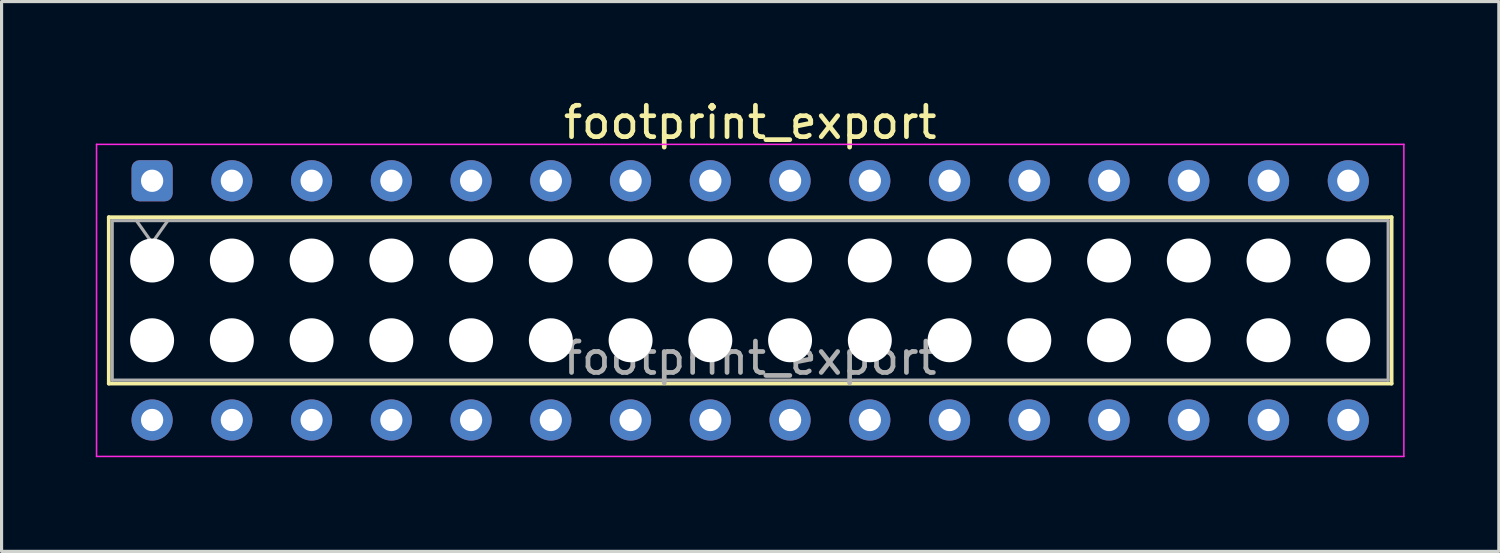
<source format=kicad_pcb>
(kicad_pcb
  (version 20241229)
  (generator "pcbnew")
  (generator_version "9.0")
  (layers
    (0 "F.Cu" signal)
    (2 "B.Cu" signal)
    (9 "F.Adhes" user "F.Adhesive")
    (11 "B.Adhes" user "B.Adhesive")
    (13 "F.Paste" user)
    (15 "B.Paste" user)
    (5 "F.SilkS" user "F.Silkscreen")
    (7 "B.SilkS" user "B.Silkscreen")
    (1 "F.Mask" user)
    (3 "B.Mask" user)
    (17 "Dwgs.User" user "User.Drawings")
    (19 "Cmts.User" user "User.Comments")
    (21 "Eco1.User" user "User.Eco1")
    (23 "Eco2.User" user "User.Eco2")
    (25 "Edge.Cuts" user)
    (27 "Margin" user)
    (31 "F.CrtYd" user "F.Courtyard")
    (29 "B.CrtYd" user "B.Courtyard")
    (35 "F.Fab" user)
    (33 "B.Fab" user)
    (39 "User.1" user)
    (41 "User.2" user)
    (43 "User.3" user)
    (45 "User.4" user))
  (footprint "footprint_export"
    (layer "F.Cu")
    (at 1.795 2.708)
    (property "Reference" "footprint_export" (at 19.05 -1.86 0) (layer "F.SilkS") (effects (font (size 1 1) (thickness 0.15))))
    (attr through_hole)
    (fp_line (start -1.38 1.16) (end 39.48 1.16) (stroke (width 0.12) (type solid)) (layer "F.SilkS"))
    (fp_line (start -1.38 6.46) (end -1.38 1.16) (stroke (width 0.12) (type solid)) (layer "F.SilkS"))
    (fp_line (start 39.48 1.16) (end 39.48 6.46) (stroke (width 0.12) (type solid)) (layer "F.SilkS"))
    (fp_line (start 39.48 6.46) (end -1.38 6.46) (stroke (width 0.12) (type solid)) (layer "F.SilkS"))
    (fp_line (start -1.77 -1.16) (end 39.87 -1.16) (stroke (width 0.05) (type solid)) (layer "F.CrtYd"))
    (fp_line (start -1.77 8.78) (end -1.77 -1.16) (stroke (width 0.05) (type solid)) (layer "F.CrtYd"))
    (fp_line (start 39.87 -1.16) (end 39.87 8.78) (stroke (width 0.05) (type solid)) (layer "F.CrtYd"))
    (fp_line (start 39.87 8.78) (end -1.77 8.78) (stroke (width 0.05) (type solid)) (layer "F.CrtYd"))
    (fp_line (start -1.27 1.27) (end 39.37 1.27) (stroke (width 0.1) (type solid)) (layer "F.Fab"))
    (fp_line (start -1.27 6.35) (end -1.27 1.27) (stroke (width 0.1) (type solid)) (layer "F.Fab"))
    (fp_line (start -0.5 1.27) (end 0 1.977) (stroke (width 0.1) (type solid)) (layer "F.Fab"))
    (fp_line (start 0 1.977) (end 0.5 1.27) (stroke (width 0.1) (type solid)) (layer "F.Fab"))
    (fp_line (start 39.37 1.27) (end 39.37 6.35) (stroke (width 0.1) (type solid)) (layer "F.Fab"))
    (fp_line (start 39.37 6.35) (end -1.27 6.35) (stroke (width 0.1) (type solid)) (layer "F.Fab"))
    (fp_text user "${REFERENCE}" (at 19.05 5.65 0) (layer "F.Fab") (effects (font (size 1 1) (thickness 0.15))))
    (pad "" np_thru_hole circle (at 0 2.54) (size 1.4 1.4) (drill 1.4) (layers "*.Cu" "*.Mask"))
    (pad "" np_thru_hole circle (at 0 5.08) (size 1.4 1.4) (drill 1.4) (layers "*.Cu" "*.Mask"))
    (pad "" np_thru_hole circle (at 2.54 2.54) (size 1.4 1.4) (drill 1.4) (layers "*.Cu" "*.Mask"))
    (pad "" np_thru_hole circle (at 2.54 5.08) (size 1.4 1.4) (drill 1.4) (layers "*.Cu" "*.Mask"))
    (pad "" np_thru_hole circle (at 5.08 2.54) (size 1.4 1.4) (drill 1.4) (layers "*.Cu" "*.Mask"))
    (pad "" np_thru_hole circle (at 5.08 5.08) (size 1.4 1.4) (drill 1.4) (layers "*.Cu" "*.Mask"))
    (pad "" np_thru_hole circle (at 7.62 2.54) (size 1.4 1.4) (drill 1.4) (layers "*.Cu" "*.Mask"))
    (pad "" np_thru_hole circle (at 7.62 5.08) (size 1.4 1.4) (drill 1.4) (layers "*.Cu" "*.Mask"))
    (pad "" np_thru_hole circle (at 10.16 2.54) (size 1.4 1.4) (drill 1.4) (layers "*.Cu" "*.Mask"))
    (pad "" np_thru_hole circle (at 10.16 5.08) (size 1.4 1.4) (drill 1.4) (layers "*.Cu" "*.Mask"))
    (pad "" np_thru_hole circle (at 12.7 2.54) (size 1.4 1.4) (drill 1.4) (layers "*.Cu" "*.Mask"))
    (pad "" np_thru_hole circle (at 12.7 5.08) (size 1.4 1.4) (drill 1.4) (layers "*.Cu" "*.Mask"))
    (pad "" np_thru_hole circle (at 15.24 2.54) (size 1.4 1.4) (drill 1.4) (layers "*.Cu" "*.Mask"))
    (pad "" np_thru_hole circle (at 15.24 5.08) (size 1.4 1.4) (drill 1.4) (layers "*.Cu" "*.Mask"))
    (pad "" np_thru_hole circle (at 17.78 2.54) (size 1.4 1.4) (drill 1.4) (layers "*.Cu" "*.Mask"))
    (pad "" np_thru_hole circle (at 17.78 5.08) (size 1.4 1.4) (drill 1.4) (layers "*.Cu" "*.Mask"))
    (pad "" np_thru_hole circle (at 20.32 2.54) (size 1.4 1.4) (drill 1.4) (layers "*.Cu" "*.Mask"))
    (pad "" np_thru_hole circle (at 20.32 5.08) (size 1.4 1.4) (drill 1.4) (layers "*.Cu" "*.Mask"))
    (pad "" np_thru_hole circle (at 22.86 2.54) (size 1.4 1.4) (drill 1.4) (layers "*.Cu" "*.Mask"))
    (pad "" np_thru_hole circle (at 22.86 5.08) (size 1.4 1.4) (drill 1.4) (layers "*.Cu" "*.Mask"))
    (pad "" np_thru_hole circle (at 25.4 2.54) (size 1.4 1.4) (drill 1.4) (layers "*.Cu" "*.Mask"))
    (pad "" np_thru_hole circle (at 25.4 5.08) (size 1.4 1.4) (drill 1.4) (layers "*.Cu" "*.Mask"))
    (pad "" np_thru_hole circle (at 27.94 2.54) (size 1.4 1.4) (drill 1.4) (layers "*.Cu" "*.Mask"))
    (pad "" np_thru_hole circle (at 27.94 5.08) (size 1.4 1.4) (drill 1.4) (layers "*.Cu" "*.Mask"))
    (pad "" np_thru_hole circle (at 30.48 2.54) (size 1.4 1.4) (drill 1.4) (layers "*.Cu" "*.Mask"))
    (pad "" np_thru_hole circle (at 30.48 5.08) (size 1.4 1.4) (drill 1.4) (layers "*.Cu" "*.Mask"))
    (pad "" np_thru_hole circle (at 33.02 2.54) (size 1.4 1.4) (drill 1.4) (layers "*.Cu" "*.Mask"))
    (pad "" np_thru_hole circle (at 33.02 5.08) (size 1.4 1.4) (drill 1.4) (layers "*.Cu" "*.Mask"))
    (pad "" np_thru_hole circle (at 35.56 2.54) (size 1.4 1.4) (drill 1.4) (layers "*.Cu" "*.Mask"))
    (pad "" np_thru_hole circle (at 35.56 5.08) (size 1.4 1.4) (drill 1.4) (layers "*.Cu" "*.Mask"))
    (pad "" np_thru_hole circle (at 38.1 2.54) (size 1.4 1.4) (drill 1.4) (layers "*.Cu" "*.Mask"))
    (pad "" np_thru_hole circle (at 38.1 5.08) (size 1.4 1.4) (drill 1.4) (layers "*.Cu" "*.Mask"))
    (pad "1" thru_hole roundrect (at 0 0) (size 1.31 1.31) (drill 0.71) (layers "*.Cu" "*.Mask") (roundrect_rratio 0.191))
    (pad "2" thru_hole circle (at 0 7.62) (size 1.31 1.31) (drill 0.71) (layers "*.Cu" "*.Mask"))
    (pad "3" thru_hole circle (at 2.54 0) (size 1.31 1.31) (drill 0.71) (layers "*.Cu" "*.Mask"))
    (pad "4" thru_hole circle (at 2.54 7.62) (size 1.31 1.31) (drill 0.71) (layers "*.Cu" "*.Mask"))
    (pad "5" thru_hole circle (at 5.08 0) (size 1.31 1.31) (drill 0.71) (layers "*.Cu" "*.Mask"))
    (pad "6" thru_hole circle (at 5.08 7.62) (size 1.31 1.31) (drill 0.71) (layers "*.Cu" "*.Mask"))
    (pad "7" thru_hole circle (at 7.62 0) (size 1.31 1.31) (drill 0.71) (layers "*.Cu" "*.Mask"))
    (pad "8" thru_hole circle (at 7.62 7.62) (size 1.31 1.31) (drill 0.71) (layers "*.Cu" "*.Mask"))
    (pad "9" thru_hole circle (at 10.16 0) (size 1.31 1.31) (drill 0.71) (layers "*.Cu" "*.Mask"))
    (pad "10" thru_hole circle (at 10.16 7.62) (size 1.31 1.31) (drill 0.71) (layers "*.Cu" "*.Mask"))
    (pad "11" thru_hole circle (at 12.7 0) (size 1.31 1.31) (drill 0.71) (layers "*.Cu" "*.Mask"))
    (pad "12" thru_hole circle (at 12.7 7.62) (size 1.31 1.31) (drill 0.71) (layers "*.Cu" "*.Mask"))
    (pad "13" thru_hole circle (at 15.24 0) (size 1.31 1.31) (drill 0.71) (layers "*.Cu" "*.Mask"))
    (pad "14" thru_hole circle (at 15.24 7.62) (size 1.31 1.31) (drill 0.71) (layers "*.Cu" "*.Mask"))
    (pad "15" thru_hole circle (at 17.78 0) (size 1.31 1.31) (drill 0.71) (layers "*.Cu" "*.Mask"))
    (pad "16" thru_hole circle (at 17.78 7.62) (size 1.31 1.31) (drill 0.71) (layers "*.Cu" "*.Mask"))
    (pad "17" thru_hole circle (at 20.32 0) (size 1.31 1.31) (drill 0.71) (layers "*.Cu" "*.Mask"))
    (pad "18" thru_hole circle (at 20.32 7.62) (size 1.31 1.31) (drill 0.71) (layers "*.Cu" "*.Mask"))
    (pad "19" thru_hole circle (at 22.86 0) (size 1.31 1.31) (drill 0.71) (layers "*.Cu" "*.Mask"))
    (pad "20" thru_hole circle (at 22.86 7.62) (size 1.31 1.31) (drill 0.71) (layers "*.Cu" "*.Mask"))
    (pad "21" thru_hole circle (at 25.4 0) (size 1.31 1.31) (drill 0.71) (layers "*.Cu" "*.Mask"))
    (pad "22" thru_hole circle (at 25.4 7.62) (size 1.31 1.31) (drill 0.71) (layers "*.Cu" "*.Mask"))
    (pad "23" thru_hole circle (at 27.94 0) (size 1.31 1.31) (drill 0.71) (layers "*.Cu" "*.Mask"))
    (pad "24" thru_hole circle (at 27.94 7.62) (size 1.31 1.31) (drill 0.71) (layers "*.Cu" "*.Mask"))
    (pad "25" thru_hole circle (at 30.48 0) (size 1.31 1.31) (drill 0.71) (layers "*.Cu" "*.Mask"))
    (pad "26" thru_hole circle (at 30.48 7.62) (size 1.31 1.31) (drill 0.71) (layers "*.Cu" "*.Mask"))
    (pad "27" thru_hole circle (at 33.02 0) (size 1.31 1.31) (drill 0.71) (layers "*.Cu" "*.Mask"))
    (pad "28" thru_hole circle (at 33.02 7.62) (size 1.31 1.31) (drill 0.71) (layers "*.Cu" "*.Mask"))
    (pad "29" thru_hole circle (at 35.56 0) (size 1.31 1.31) (drill 0.71) (layers "*.Cu" "*.Mask"))
    (pad "30" thru_hole circle (at 35.56 7.62) (size 1.31 1.31) (drill 0.71) (layers "*.Cu" "*.Mask"))
    (pad "31" thru_hole circle (at 38.1 0) (size 1.31 1.31) (drill 0.71) (layers "*.Cu" "*.Mask"))
    (pad "32" thru_hole circle (at 38.1 7.62) (size 1.31 1.31) (drill 0.71) (layers "*.Cu" "*.Mask")))
  (gr_rect
    (start -3 -3)
    (end 44.69 14.513)
    (stroke (width 0.1) (type default))
    (fill no)
    (layer "Edge.Cuts")))
</source>
